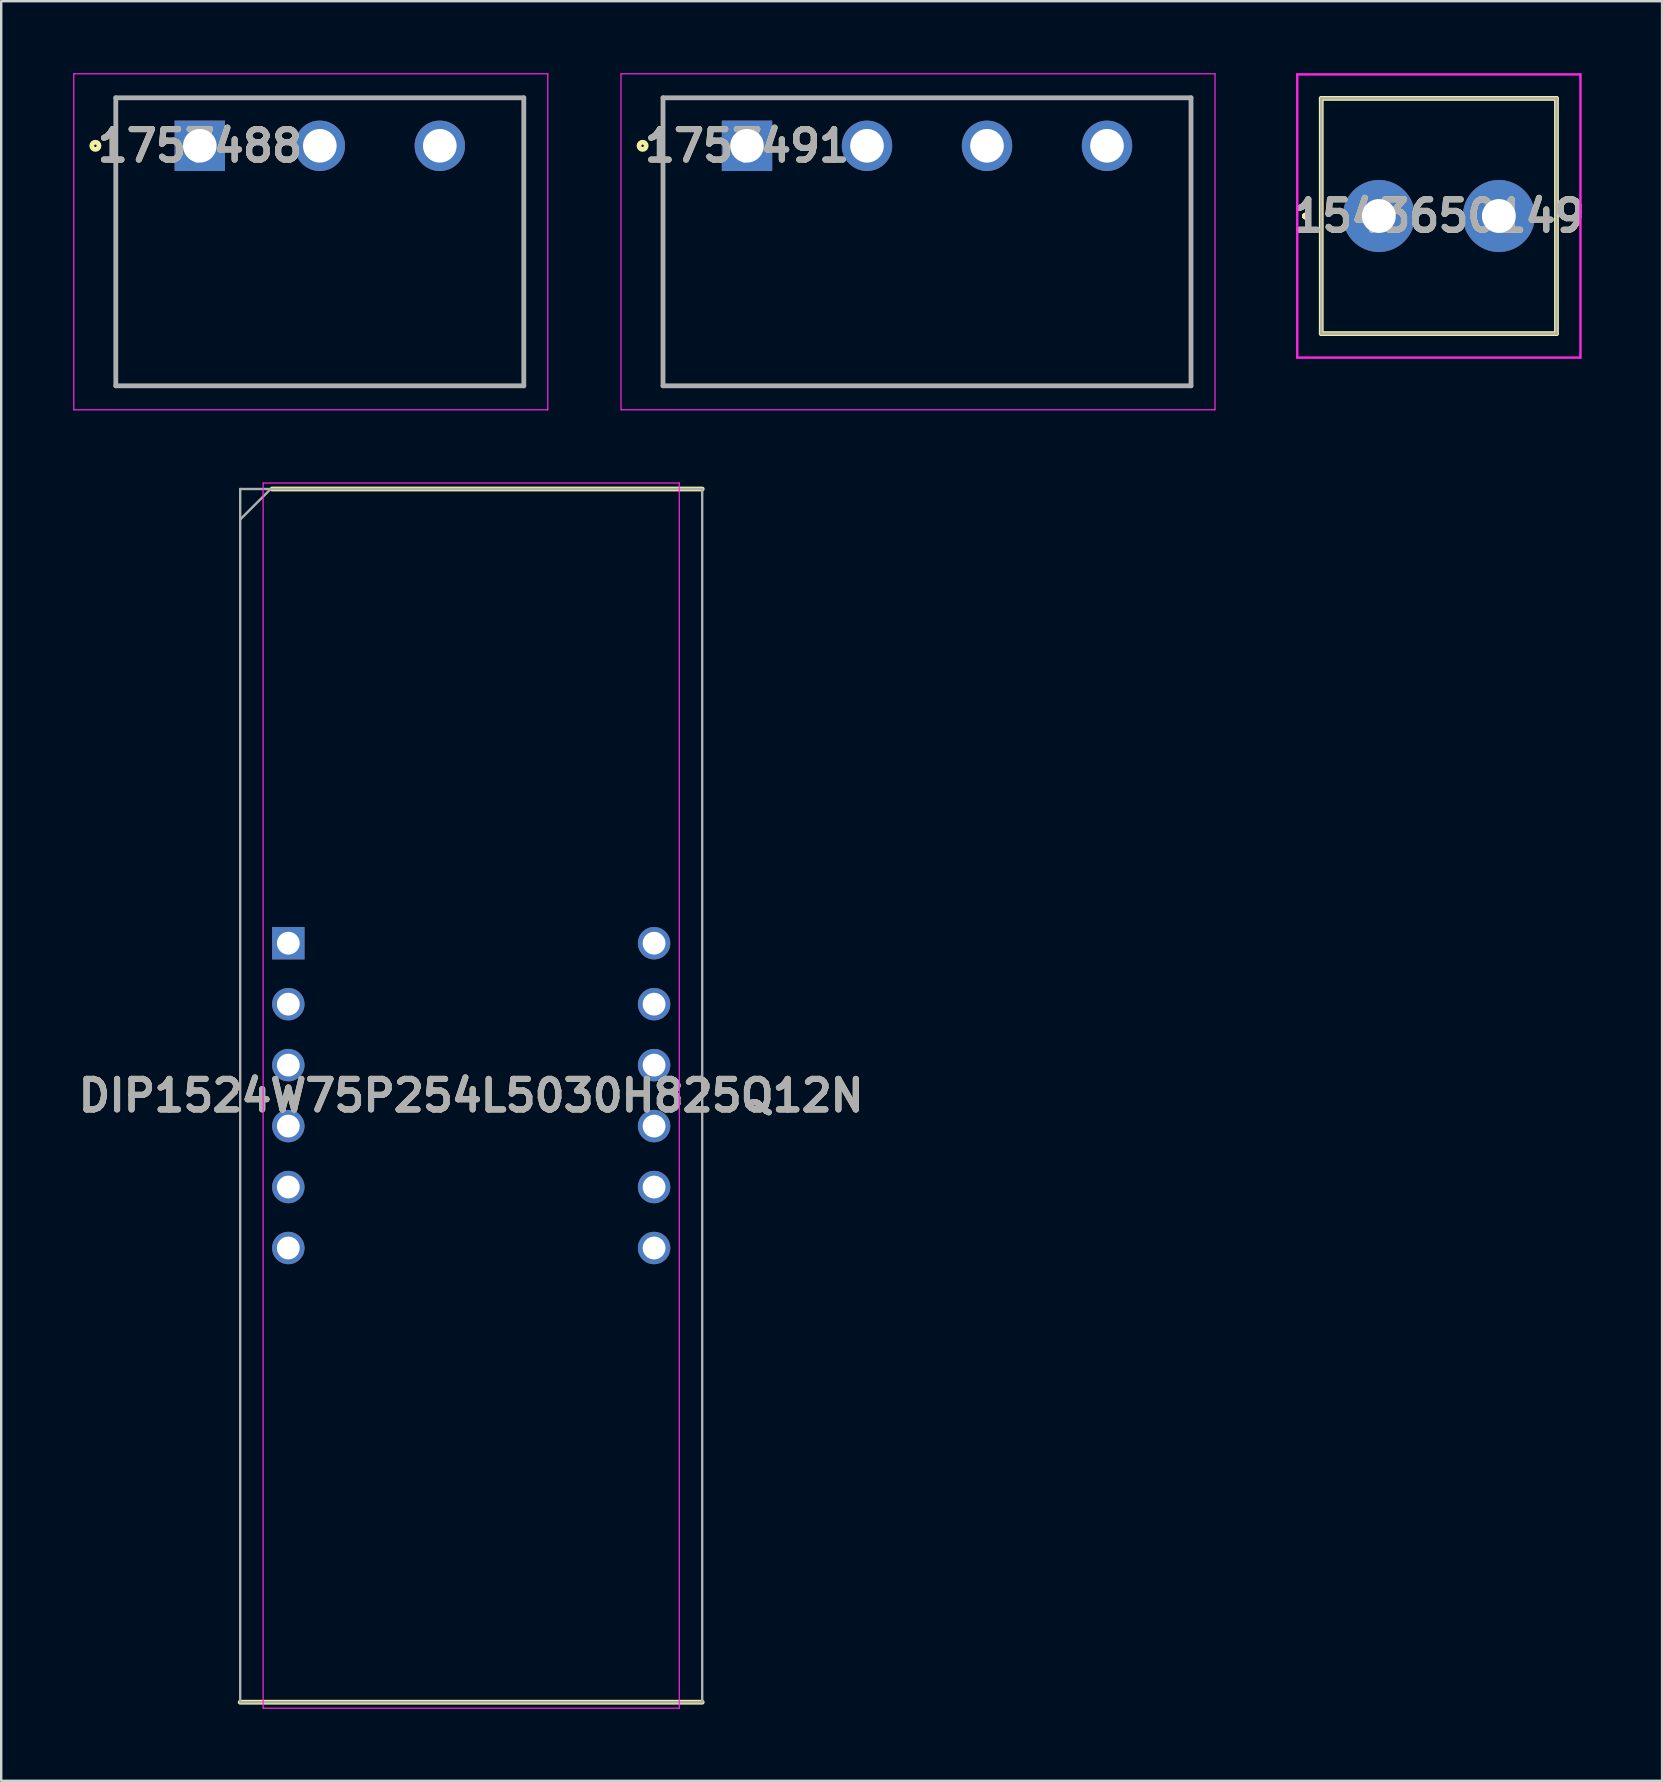
<source format=kicad_pcb>
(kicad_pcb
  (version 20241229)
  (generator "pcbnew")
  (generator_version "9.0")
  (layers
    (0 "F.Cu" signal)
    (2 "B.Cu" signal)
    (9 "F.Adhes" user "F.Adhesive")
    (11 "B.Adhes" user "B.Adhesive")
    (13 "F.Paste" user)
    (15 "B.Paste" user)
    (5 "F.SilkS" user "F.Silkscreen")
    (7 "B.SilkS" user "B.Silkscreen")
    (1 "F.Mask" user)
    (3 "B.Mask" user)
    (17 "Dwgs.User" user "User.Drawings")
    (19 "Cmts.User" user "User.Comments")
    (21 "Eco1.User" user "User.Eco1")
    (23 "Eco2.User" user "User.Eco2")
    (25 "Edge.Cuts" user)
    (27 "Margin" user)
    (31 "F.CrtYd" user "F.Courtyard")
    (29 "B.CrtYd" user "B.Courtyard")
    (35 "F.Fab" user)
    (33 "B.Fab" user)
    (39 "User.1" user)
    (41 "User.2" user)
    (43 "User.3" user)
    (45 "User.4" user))
  (footprint "DIP1524W75P254L5030H825Q12N"
    (layer "F.Cu")
    (at 16.583 42.6)
    (property "Reference" "DIP1524W75P254L5030H825Q12N" (at 0 0 0) (layer "F.SilkS") (effects (font (size 1.27 1.27) (thickness 0.254))))
    (attr through_hole)
    (fp_line (start -9.625 25.275) (end 9.625 25.275) (stroke (width 0.2) (type solid)) (layer "F.SilkS"))
    (fp_line (start -8.295 -25.275) (end 9.625 -25.275) (stroke (width 0.2) (type solid)) (layer "F.SilkS"))
    (fp_line (start -8.67 -25.525) (end 8.67 -25.525) (stroke (width 0.05) (type solid)) (layer "F.CrtYd"))
    (fp_line (start -8.67 25.525) (end -8.67 -25.525) (stroke (width 0.05) (type solid)) (layer "F.CrtYd"))
    (fp_line (start 8.67 -25.525) (end 8.67 25.525) (stroke (width 0.05) (type solid)) (layer "F.CrtYd"))
    (fp_line (start 8.67 25.525) (end -8.67 25.525) (stroke (width 0.05) (type solid)) (layer "F.CrtYd"))
    (fp_line (start -9.625 -25.275) (end 9.625 -25.275) (stroke (width 0.1) (type solid)) (layer "F.Fab"))
    (fp_line (start -9.625 -24.005) (end -8.355 -25.275) (stroke (width 0.1) (type solid)) (layer "F.Fab"))
    (fp_line (start -9.625 25.275) (end -9.625 -25.275) (stroke (width 0.1) (type solid)) (layer "F.Fab"))
    (fp_line (start 9.625 -25.275) (end 9.625 25.275) (stroke (width 0.1) (type solid)) (layer "F.Fab"))
    (fp_line (start 9.625 25.275) (end -9.625 25.275) (stroke (width 0.1) (type solid)) (layer "F.Fab"))
    (fp_text user "${REFERENCE}" (at 0 0 0) (layer "F.Fab") (effects (font (size 1.27 1.27) (thickness 0.254))))
    (pad "1" thru_hole rect (at -7.62 -6.35) (size 1.35 1.35) (drill 0.95) (layers "*.Cu" "*.Mask"))
    (pad "2" thru_hole circle (at -7.62 -3.81) (size 1.35 1.35) (drill 0.95) (layers "*.Cu" "*.Mask"))
    (pad "3" thru_hole circle (at -7.62 -1.27) (size 1.35 1.35) (drill 0.95) (layers "*.Cu" "*.Mask"))
    (pad "4" thru_hole circle (at -7.62 1.27) (size 1.35 1.35) (drill 0.95) (layers "*.Cu" "*.Mask"))
    (pad "5" thru_hole circle (at -7.62 3.81) (size 1.35 1.35) (drill 0.95) (layers "*.Cu" "*.Mask"))
    (pad "6" thru_hole circle (at -7.62 6.35) (size 1.35 1.35) (drill 0.95) (layers "*.Cu" "*.Mask"))
    (pad "7" thru_hole circle (at 7.62 6.35) (size 1.35 1.35) (drill 0.95) (layers "*.Cu" "*.Mask"))
    (pad "8" thru_hole circle (at 7.62 3.81) (size 1.35 1.35) (drill 0.95) (layers "*.Cu" "*.Mask"))
    (pad "9" thru_hole circle (at 7.62 1.27) (size 1.35 1.35) (drill 0.95) (layers "*.Cu" "*.Mask"))
    (pad "10" thru_hole circle (at 7.62 -1.27) (size 1.35 1.35) (drill 0.95) (layers "*.Cu" "*.Mask"))
    (pad "11" thru_hole circle (at 7.62 -3.81) (size 1.35 1.35) (drill 0.95) (layers "*.Cu" "*.Mask"))
    (pad "12" thru_hole circle (at 7.62 -6.35) (size 1.35 1.35) (drill 0.95) (layers "*.Cu" "*.Mask")))
  (footprint "1543650149"
    (layer "F.Cu")
    (at 54.402 5.95)
    (property "Reference" "1543650149" (at 2.5 0 0) (layer "F.SilkS") (effects (font (size 1.27 1.27) (thickness 0.254))))
    (attr through_hole)
    (fp_line (start -3.1 0) (end -3.1 0) (stroke (width 0.2) (type solid)) (layer "F.SilkS"))
    (fp_line (start -3.1 0) (end -3.1 0) (stroke (width 0.2) (type solid)) (layer "F.SilkS"))
    (fp_line (start -3 0) (end -3 0) (stroke (width 0.2) (type solid)) (layer "F.SilkS"))
    (fp_line (start -2.4 -4.9) (end -2.4 4.9) (stroke (width 0.2) (type solid)) (layer "F.SilkS"))
    (fp_line (start -2.4 4.9) (end 7.4 4.9) (stroke (width 0.2) (type solid)) (layer "F.SilkS"))
    (fp_line (start 7.4 -4.9) (end -2.4 -4.9) (stroke (width 0.2) (type solid)) (layer "F.SilkS"))
    (fp_line (start 7.4 4.9) (end 7.4 -4.9) (stroke (width 0.2) (type solid)) (layer "F.SilkS"))
    (fp_arc (start -3.1 0) (mid -3.05 -0.05) (end -3 0) (stroke (width 0.2) (type solid)) (layer "F.SilkS"))
    (fp_arc (start -3 0) (mid -3.05 0.05) (end -3.1 0) (stroke (width 0.2) (type solid)) (layer "F.SilkS"))
    (fp_arc (start -3 0) (mid -3.05 0.05) (end -3.1 0) (stroke (width 0.2) (type solid)) (layer "F.SilkS"))
    (fp_line (start -3.4 -5.9) (end 8.4 -5.9) (stroke (width 0.1) (type solid)) (layer "F.CrtYd"))
    (fp_line (start -3.4 5.9) (end -3.4 -5.9) (stroke (width 0.1) (type solid)) (layer "F.CrtYd"))
    (fp_line (start 8.4 -5.9) (end 8.4 5.9) (stroke (width 0.1) (type solid)) (layer "F.CrtYd"))
    (fp_line (start 8.4 5.9) (end -3.4 5.9) (stroke (width 0.1) (type solid)) (layer "F.CrtYd"))
    (fp_line (start -2.4 -4.9) (end -2.4 4.9) (stroke (width 0.1) (type solid)) (layer "F.Fab"))
    (fp_line (start -2.4 4.9) (end 7.4 4.9) (stroke (width 0.1) (type solid)) (layer "F.Fab"))
    (fp_line (start 7.4 -4.9) (end -2.4 -4.9) (stroke (width 0.1) (type solid)) (layer "F.Fab"))
    (fp_line (start 7.4 4.9) (end 7.4 -4.9) (stroke (width 0.1) (type solid)) (layer "F.Fab"))
    (fp_text user "${REFERENCE}" (at 2.5 0 0) (layer "F.Fab") (effects (font (size 1.27 1.27) (thickness 0.254))))
    (pad "1" thru_hole circle (at 0 0) (size 3 3) (drill 1.41) (layers "*.Cu" "*.Mask"))
    (pad "2" thru_hole circle (at 5 0) (size 3 3) (drill 1.41) (layers "*.Cu" "*.Mask")))
  (footprint "1757488"
    (layer "F.Cu")
    (at 5.275 3.025)
    (property "Reference" "1757488" (at 0 0 0) (layer "F.SilkS") (effects (font (size 1.27 1.27) (thickness 0.254))))
    (attr through_hole)
    (fp_line (start -3.5 -2) (end 13.5 -2) (stroke (width 0.1) (type solid)) (layer "F.SilkS"))
    (fp_line (start -3.5 10) (end -3.5 -2) (stroke (width 0.1) (type solid)) (layer "F.SilkS"))
    (fp_line (start 13.5 -2) (end 13.5 10) (stroke (width 0.1) (type solid)) (layer "F.SilkS"))
    (fp_line (start 13.5 10) (end -3.5 10) (stroke (width 0.1) (type solid)) (layer "F.SilkS"))
    (fp_circle (center -4.35 0) (end -4.35 0.05) (stroke (width 0.2) (type solid)) (fill no) (layer "F.SilkS"))
    (fp_line (start -5.25 -3) (end 14.5 -3) (stroke (width 0.05) (type solid)) (layer "F.CrtYd"))
    (fp_line (start -5.25 11) (end -5.25 -3) (stroke (width 0.05) (type solid)) (layer "F.CrtYd"))
    (fp_line (start 14.5 -3) (end 14.5 11) (stroke (width 0.05) (type solid)) (layer "F.CrtYd"))
    (fp_line (start 14.5 11) (end -5.25 11) (stroke (width 0.05) (type solid)) (layer "F.CrtYd"))
    (fp_line (start -3.5 -2) (end 13.5 -2) (stroke (width 0.2) (type solid)) (layer "F.Fab"))
    (fp_line (start -3.5 10) (end -3.5 -2) (stroke (width 0.2) (type solid)) (layer "F.Fab"))
    (fp_line (start 13.5 -2) (end 13.5 10) (stroke (width 0.2) (type solid)) (layer "F.Fab"))
    (fp_line (start 13.5 10) (end -3.5 10) (stroke (width 0.2) (type solid)) (layer "F.Fab"))
    (fp_text user "${REFERENCE}" (at 0 0 0) (layer "F.Fab") (effects (font (size 1.27 1.27) (thickness 0.254))))
    (pad "1" thru_hole rect (at 0 0) (size 2.1 2.1) (drill 1.4) (layers "*.Cu" "*.Mask"))
    (pad "2" thru_hole circle (at 5 0) (size 2.1 2.1) (drill 1.4) (layers "*.Cu" "*.Mask"))
    (pad "3" thru_hole circle (at 10 0) (size 2.1 2.1) (drill 1.4) (layers "*.Cu" "*.Mask")))
  (footprint "1757491"
    (layer "F.Cu")
    (at 28.075 3.025)
    (property "Reference" "1757491" (at 0 0 0) (layer "F.SilkS") (effects (font (size 1.27 1.27) (thickness 0.254))))
    (attr through_hole)
    (fp_line (start -3.5 -2) (end 18.5 -2) (stroke (width 0.1) (type solid)) (layer "F.SilkS"))
    (fp_line (start -3.5 10) (end -3.5 -2) (stroke (width 0.1) (type solid)) (layer "F.SilkS"))
    (fp_line (start 18.5 -2) (end 18.5 10) (stroke (width 0.1) (type solid)) (layer "F.SilkS"))
    (fp_line (start 18.5 10) (end -3.5 10) (stroke (width 0.1) (type solid)) (layer "F.SilkS"))
    (fp_circle (center -4.35 0) (end -4.35 0.05) (stroke (width 0.2) (type solid)) (fill no) (layer "F.SilkS"))
    (fp_line (start -5.25 -3) (end 19.5 -3) (stroke (width 0.05) (type solid)) (layer "F.CrtYd"))
    (fp_line (start -5.25 11) (end -5.25 -3) (stroke (width 0.05) (type solid)) (layer "F.CrtYd"))
    (fp_line (start 19.5 -3) (end 19.5 11) (stroke (width 0.05) (type solid)) (layer "F.CrtYd"))
    (fp_line (start 19.5 11) (end -5.25 11) (stroke (width 0.05) (type solid)) (layer "F.CrtYd"))
    (fp_line (start -3.5 -2) (end 18.5 -2) (stroke (width 0.2) (type solid)) (layer "F.Fab"))
    (fp_line (start -3.5 10) (end -3.5 -2) (stroke (width 0.2) (type solid)) (layer "F.Fab"))
    (fp_line (start 18.5 -2) (end 18.5 10) (stroke (width 0.2) (type solid)) (layer "F.Fab"))
    (fp_line (start 18.5 10) (end -3.5 10) (stroke (width 0.2) (type solid)) (layer "F.Fab"))
    (fp_text user "${REFERENCE}" (at 0 0 0) (layer "F.Fab") (effects (font (size 1.27 1.27) (thickness 0.254))))
    (pad "1" thru_hole rect (at 0 0) (size 2.1 2.1) (drill 1.4) (layers "*.Cu" "*.Mask"))
    (pad "2" thru_hole circle (at 5 0) (size 2.1 2.1) (drill 1.4) (layers "*.Cu" "*.Mask"))
    (pad "3" thru_hole circle (at 10 0) (size 2.1 2.1) (drill 1.4) (layers "*.Cu" "*.Mask"))
    (pad "4" thru_hole circle (at 15 0) (size 2.1 2.1) (drill 1.4) (layers "*.Cu" "*.Mask")))
  (gr_rect
    (start -3 -3)
    (end 66.203 71.15)
    (stroke (width 0.1) (type default))
    (fill no)
    (layer "Edge.Cuts")))
</source>
